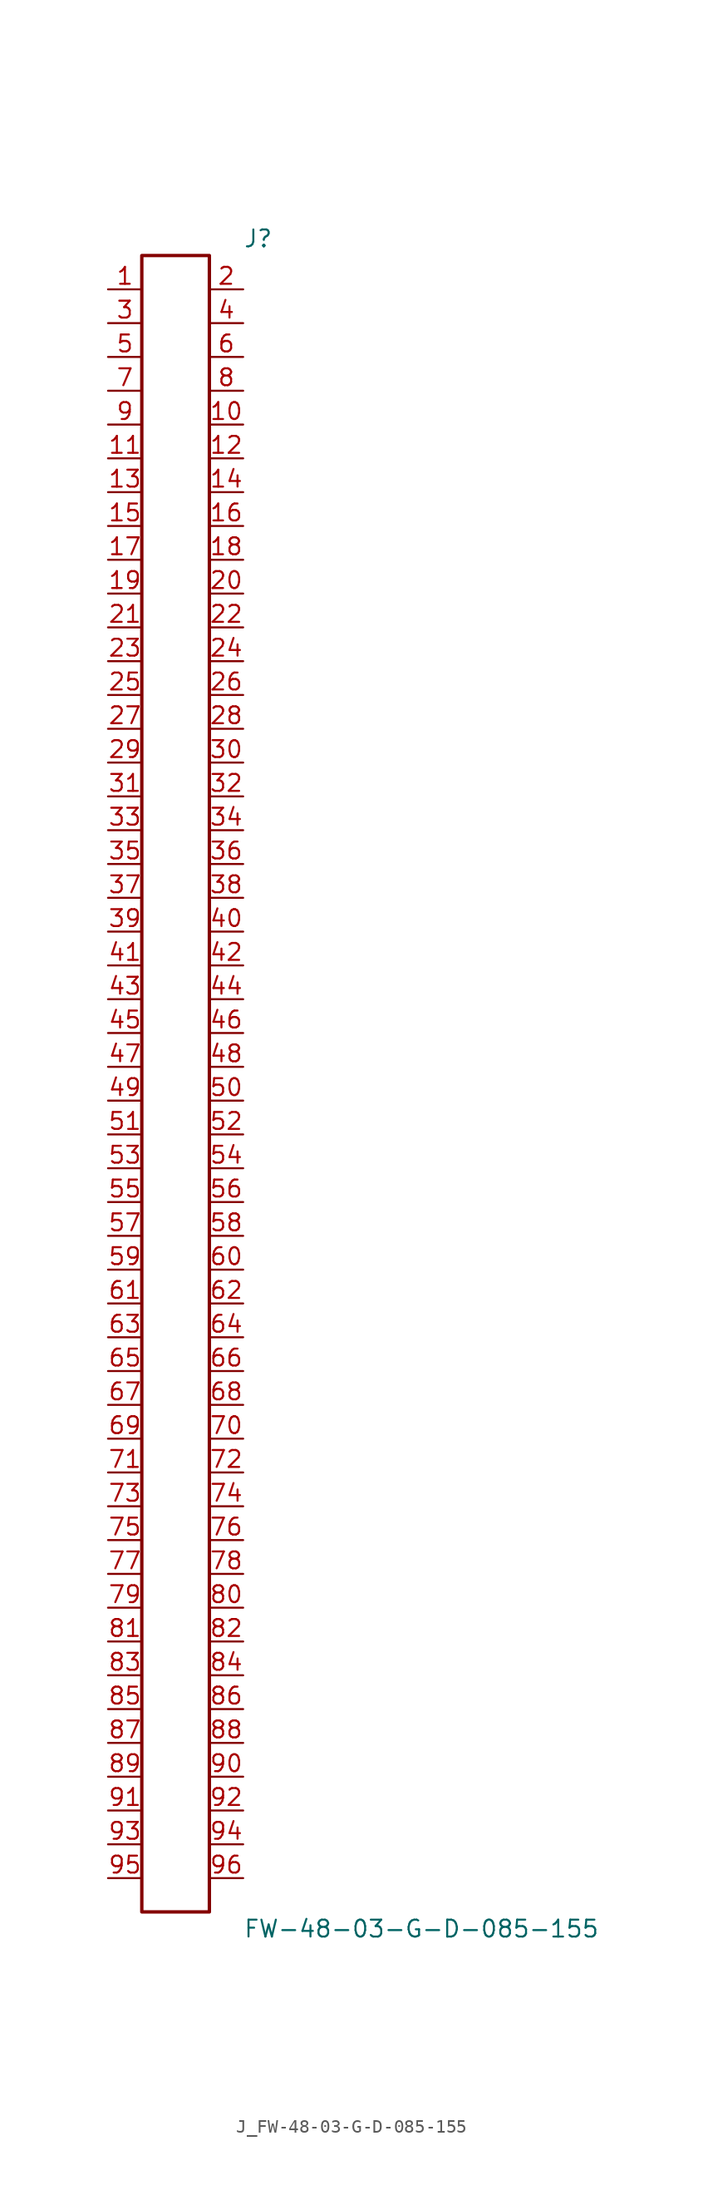
<source format=kicad_sym>
(kicad_symbol_lib
  (version 20231120)
  (generator kicad_symbol_editor)
  (generator_version 8.0)
  (symbol "J_FW-48-03-G-D-085-155"
    (pin_names
      (offset 0.254))
    (property "Reference" "J"
      (at 5.08 63.5 0)
      (effects (font (size 1.27 1.27)) (justify left)))
    (property "Value" "FW-48-03-G-D-085-155"
      (at 5.08 -63.5 0)
      (effects (font (size 1.27 1.27)) (justify left)))
    (symbol "J_FW-48-03-G-D-085-155_0_0"
      (pin unspecified line (at -5.08 59.69 0) (length 2.54) (name "" (effects (font (size 1.27 1.27)))) (number "1" (effects (font (size 1.27 1.27)))))
      (pin unspecified line (at 5.08 59.69 180) (length 2.54) (name "" (effects (font (size 1.27 1.27)))) (number "2" (effects (font (size 1.27 1.27)))))
      (pin unspecified line (at -5.08 57.15 0) (length 2.54) (name "" (effects (font (size 1.27 1.27)))) (number "3" (effects (font (size 1.27 1.27)))))
      (pin unspecified line (at 5.08 57.15 180) (length 2.54) (name "" (effects (font (size 1.27 1.27)))) (number "4" (effects (font (size 1.27 1.27)))))
      (pin unspecified line (at -5.08 54.61 0) (length 2.54) (name "" (effects (font (size 1.27 1.27)))) (number "5" (effects (font (size 1.27 1.27)))))
      (pin unspecified line (at 5.08 54.61 180) (length 2.54) (name "" (effects (font (size 1.27 1.27)))) (number "6" (effects (font (size 1.27 1.27)))))
      (pin unspecified line (at -5.08 52.07 0) (length 2.54) (name "" (effects (font (size 1.27 1.27)))) (number "7" (effects (font (size 1.27 1.27)))))
      (pin unspecified line (at 5.08 52.07 180) (length 2.54) (name "" (effects (font (size 1.27 1.27)))) (number "8" (effects (font (size 1.27 1.27)))))
      (pin unspecified line (at -5.08 49.53 0) (length 2.54) (name "" (effects (font (size 1.27 1.27)))) (number "9" (effects (font (size 1.27 1.27)))))
      (pin unspecified line (at 5.08 49.53 180) (length 2.54) (name "" (effects (font (size 1.27 1.27)))) (number "10" (effects (font (size 1.27 1.27)))))
      (pin unspecified line (at -5.08 46.99 0) (length 2.54) (name "" (effects (font (size 1.27 1.27)))) (number "11" (effects (font (size 1.27 1.27)))))
      (pin unspecified line (at 5.08 46.99 180) (length 2.54) (name "" (effects (font (size 1.27 1.27)))) (number "12" (effects (font (size 1.27 1.27)))))
      (pin unspecified line (at -5.08 44.45 0) (length 2.54) (name "" (effects (font (size 1.27 1.27)))) (number "13" (effects (font (size 1.27 1.27)))))
      (pin unspecified line (at 5.08 44.45 180) (length 2.54) (name "" (effects (font (size 1.27 1.27)))) (number "14" (effects (font (size 1.27 1.27)))))
      (pin unspecified line (at -5.08 41.91 0) (length 2.54) (name "" (effects (font (size 1.27 1.27)))) (number "15" (effects (font (size 1.27 1.27)))))
      (pin unspecified line (at 5.08 41.91 180) (length 2.54) (name "" (effects (font (size 1.27 1.27)))) (number "16" (effects (font (size 1.27 1.27)))))
      (pin unspecified line (at -5.08 39.37 0) (length 2.54) (name "" (effects (font (size 1.27 1.27)))) (number "17" (effects (font (size 1.27 1.27)))))
      (pin unspecified line (at 5.08 39.37 180) (length 2.54) (name "" (effects (font (size 1.27 1.27)))) (number "18" (effects (font (size 1.27 1.27)))))
      (pin unspecified line (at -5.08 36.83 0) (length 2.54) (name "" (effects (font (size 1.27 1.27)))) (number "19" (effects (font (size 1.27 1.27)))))
      (pin unspecified line (at 5.08 36.83 180) (length 2.54) (name "" (effects (font (size 1.27 1.27)))) (number "20" (effects (font (size 1.27 1.27)))))
      (pin unspecified line (at -5.08 34.29 0) (length 2.54) (name "" (effects (font (size 1.27 1.27)))) (number "21" (effects (font (size 1.27 1.27)))))
      (pin unspecified line (at 5.08 34.29 180) (length 2.54) (name "" (effects (font (size 1.27 1.27)))) (number "22" (effects (font (size 1.27 1.27)))))
      (pin unspecified line (at -5.08 31.75 0) (length 2.54) (name "" (effects (font (size 1.27 1.27)))) (number "23" (effects (font (size 1.27 1.27)))))
      (pin unspecified line (at 5.08 31.75 180) (length 2.54) (name "" (effects (font (size 1.27 1.27)))) (number "24" (effects (font (size 1.27 1.27)))))
      (pin unspecified line (at -5.08 29.21 0) (length 2.54) (name "" (effects (font (size 1.27 1.27)))) (number "25" (effects (font (size 1.27 1.27)))))
      (pin unspecified line (at 5.08 29.21 180) (length 2.54) (name "" (effects (font (size 1.27 1.27)))) (number "26" (effects (font (size 1.27 1.27)))))
      (pin unspecified line (at -5.08 26.67 0) (length 2.54) (name "" (effects (font (size 1.27 1.27)))) (number "27" (effects (font (size 1.27 1.27)))))
      (pin unspecified line (at 5.08 26.67 180) (length 2.54) (name "" (effects (font (size 1.27 1.27)))) (number "28" (effects (font (size 1.27 1.27)))))
      (pin unspecified line (at -5.08 24.13 0) (length 2.54) (name "" (effects (font (size 1.27 1.27)))) (number "29" (effects (font (size 1.27 1.27)))))
      (pin unspecified line (at 5.08 24.13 180) (length 2.54) (name "" (effects (font (size 1.27 1.27)))) (number "30" (effects (font (size 1.27 1.27)))))
      (pin unspecified line (at -5.08 21.59 0) (length 2.54) (name "" (effects (font (size 1.27 1.27)))) (number "31" (effects (font (size 1.27 1.27)))))
      (pin unspecified line (at 5.08 21.59 180) (length 2.54) (name "" (effects (font (size 1.27 1.27)))) (number "32" (effects (font (size 1.27 1.27)))))
      (pin unspecified line (at -5.08 19.05 0) (length 2.54) (name "" (effects (font (size 1.27 1.27)))) (number "33" (effects (font (size 1.27 1.27)))))
      (pin unspecified line (at 5.08 19.05 180) (length 2.54) (name "" (effects (font (size 1.27 1.27)))) (number "34" (effects (font (size 1.27 1.27)))))
      (pin unspecified line (at -5.08 16.51 0) (length 2.54) (name "" (effects (font (size 1.27 1.27)))) (number "35" (effects (font (size 1.27 1.27)))))
      (pin unspecified line (at 5.08 16.51 180) (length 2.54) (name "" (effects (font (size 1.27 1.27)))) (number "36" (effects (font (size 1.27 1.27)))))
      (pin unspecified line (at -5.08 13.97 0) (length 2.54) (name "" (effects (font (size 1.27 1.27)))) (number "37" (effects (font (size 1.27 1.27)))))
      (pin unspecified line (at 5.08 13.97 180) (length 2.54) (name "" (effects (font (size 1.27 1.27)))) (number "38" (effects (font (size 1.27 1.27)))))
      (pin unspecified line (at -5.08 11.43 0) (length 2.54) (name "" (effects (font (size 1.27 1.27)))) (number "39" (effects (font (size 1.27 1.27)))))
      (pin unspecified line (at 5.08 11.43 180) (length 2.54) (name "" (effects (font (size 1.27 1.27)))) (number "40" (effects (font (size 1.27 1.27)))))
      (pin unspecified line (at -5.08 8.89 0) (length 2.54) (name "" (effects (font (size 1.27 1.27)))) (number "41" (effects (font (size 1.27 1.27)))))
      (pin unspecified line (at 5.08 8.89 180) (length 2.54) (name "" (effects (font (size 1.27 1.27)))) (number "42" (effects (font (size 1.27 1.27)))))
      (pin unspecified line (at -5.08 6.35 0) (length 2.54) (name "" (effects (font (size 1.27 1.27)))) (number "43" (effects (font (size 1.27 1.27)))))
      (pin unspecified line (at 5.08 6.35 180) (length 2.54) (name "" (effects (font (size 1.27 1.27)))) (number "44" (effects (font (size 1.27 1.27)))))
      (pin unspecified line (at -5.08 3.81 0) (length 2.54) (name "" (effects (font (size 1.27 1.27)))) (number "45" (effects (font (size 1.27 1.27)))))
      (pin unspecified line (at 5.08 3.81 180) (length 2.54) (name "" (effects (font (size 1.27 1.27)))) (number "46" (effects (font (size 1.27 1.27)))))
      (pin unspecified line (at -5.08 1.27 0) (length 2.54) (name "" (effects (font (size 1.27 1.27)))) (number "47" (effects (font (size 1.27 1.27)))))
      (pin unspecified line (at 5.08 1.27 180) (length 2.54) (name "" (effects (font (size 1.27 1.27)))) (number "48" (effects (font (size 1.27 1.27)))))
      (pin unspecified line (at -5.08 -1.27 0) (length 2.54) (name "" (effects (font (size 1.27 1.27)))) (number "49" (effects (font (size 1.27 1.27)))))
      (pin unspecified line (at 5.08 -1.27 180) (length 2.54) (name "" (effects (font (size 1.27 1.27)))) (number "50" (effects (font (size 1.27 1.27)))))
      (pin unspecified line (at -5.08 -3.81 0) (length 2.54) (name "" (effects (font (size 1.27 1.27)))) (number "51" (effects (font (size 1.27 1.27)))))
      (pin unspecified line (at 5.08 -3.81 180) (length 2.54) (name "" (effects (font (size 1.27 1.27)))) (number "52" (effects (font (size 1.27 1.27)))))
      (pin unspecified line (at -5.08 -6.35 0) (length 2.54) (name "" (effects (font (size 1.27 1.27)))) (number "53" (effects (font (size 1.27 1.27)))))
      (pin unspecified line (at 5.08 -6.35 180) (length 2.54) (name "" (effects (font (size 1.27 1.27)))) (number "54" (effects (font (size 1.27 1.27)))))
      (pin unspecified line (at -5.08 -8.89 0) (length 2.54) (name "" (effects (font (size 1.27 1.27)))) (number "55" (effects (font (size 1.27 1.27)))))
      (pin unspecified line (at 5.08 -8.89 180) (length 2.54) (name "" (effects (font (size 1.27 1.27)))) (number "56" (effects (font (size 1.27 1.27)))))
      (pin unspecified line (at -5.08 -11.43 0) (length 2.54) (name "" (effects (font (size 1.27 1.27)))) (number "57" (effects (font (size 1.27 1.27)))))
      (pin unspecified line (at 5.08 -11.43 180) (length 2.54) (name "" (effects (font (size 1.27 1.27)))) (number "58" (effects (font (size 1.27 1.27)))))
      (pin unspecified line (at -5.08 -13.97 0) (length 2.54) (name "" (effects (font (size 1.27 1.27)))) (number "59" (effects (font (size 1.27 1.27)))))
      (pin unspecified line (at 5.08 -13.97 180) (length 2.54) (name "" (effects (font (size 1.27 1.27)))) (number "60" (effects (font (size 1.27 1.27)))))
      (pin unspecified line (at -5.08 -16.51 0) (length 2.54) (name "" (effects (font (size 1.27 1.27)))) (number "61" (effects (font (size 1.27 1.27)))))
      (pin unspecified line (at 5.08 -16.51 180) (length 2.54) (name "" (effects (font (size 1.27 1.27)))) (number "62" (effects (font (size 1.27 1.27)))))
      (pin unspecified line (at -5.08 -19.05 0) (length 2.54) (name "" (effects (font (size 1.27 1.27)))) (number "63" (effects (font (size 1.27 1.27)))))
      (pin unspecified line (at 5.08 -19.05 180) (length 2.54) (name "" (effects (font (size 1.27 1.27)))) (number "64" (effects (font (size 1.27 1.27)))))
      (pin unspecified line (at -5.08 -21.59 0) (length 2.54) (name "" (effects (font (size 1.27 1.27)))) (number "65" (effects (font (size 1.27 1.27)))))
      (pin unspecified line (at 5.08 -21.59 180) (length 2.54) (name "" (effects (font (size 1.27 1.27)))) (number "66" (effects (font (size 1.27 1.27)))))
      (pin unspecified line (at -5.08 -24.13 0) (length 2.54) (name "" (effects (font (size 1.27 1.27)))) (number "67" (effects (font (size 1.27 1.27)))))
      (pin unspecified line (at 5.08 -24.13 180) (length 2.54) (name "" (effects (font (size 1.27 1.27)))) (number "68" (effects (font (size 1.27 1.27)))))
      (pin unspecified line (at -5.08 -26.67 0) (length 2.54) (name "" (effects (font (size 1.27 1.27)))) (number "69" (effects (font (size 1.27 1.27)))))
      (pin unspecified line (at 5.08 -26.67 180) (length 2.54) (name "" (effects (font (size 1.27 1.27)))) (number "70" (effects (font (size 1.27 1.27)))))
      (pin unspecified line (at -5.08 -29.21 0) (length 2.54) (name "" (effects (font (size 1.27 1.27)))) (number "71" (effects (font (size 1.27 1.27)))))
      (pin unspecified line (at 5.08 -29.21 180) (length 2.54) (name "" (effects (font (size 1.27 1.27)))) (number "72" (effects (font (size 1.27 1.27)))))
      (pin unspecified line (at -5.08 -31.75 0) (length 2.54) (name "" (effects (font (size 1.27 1.27)))) (number "73" (effects (font (size 1.27 1.27)))))
      (pin unspecified line (at 5.08 -31.75 180) (length 2.54) (name "" (effects (font (size 1.27 1.27)))) (number "74" (effects (font (size 1.27 1.27)))))
      (pin unspecified line (at -5.08 -34.29 0) (length 2.54) (name "" (effects (font (size 1.27 1.27)))) (number "75" (effects (font (size 1.27 1.27)))))
      (pin unspecified line (at 5.08 -34.29 180) (length 2.54) (name "" (effects (font (size 1.27 1.27)))) (number "76" (effects (font (size 1.27 1.27)))))
      (pin unspecified line (at -5.08 -36.83 0) (length 2.54) (name "" (effects (font (size 1.27 1.27)))) (number "77" (effects (font (size 1.27 1.27)))))
      (pin unspecified line (at 5.08 -36.83 180) (length 2.54) (name "" (effects (font (size 1.27 1.27)))) (number "78" (effects (font (size 1.27 1.27)))))
      (pin unspecified line (at -5.08 -39.37 0) (length 2.54) (name "" (effects (font (size 1.27 1.27)))) (number "79" (effects (font (size 1.27 1.27)))))
      (pin unspecified line (at 5.08 -39.37 180) (length 2.54) (name "" (effects (font (size 1.27 1.27)))) (number "80" (effects (font (size 1.27 1.27)))))
      (pin unspecified line (at -5.08 -41.91 0) (length 2.54) (name "" (effects (font (size 1.27 1.27)))) (number "81" (effects (font (size 1.27 1.27)))))
      (pin unspecified line (at 5.08 -41.91 180) (length 2.54) (name "" (effects (font (size 1.27 1.27)))) (number "82" (effects (font (size 1.27 1.27)))))
      (pin unspecified line (at -5.08 -44.45 0) (length 2.54) (name "" (effects (font (size 1.27 1.27)))) (number "83" (effects (font (size 1.27 1.27)))))
      (pin unspecified line (at 5.08 -44.45 180) (length 2.54) (name "" (effects (font (size 1.27 1.27)))) (number "84" (effects (font (size 1.27 1.27)))))
      (pin unspecified line (at -5.08 -46.99 0) (length 2.54) (name "" (effects (font (size 1.27 1.27)))) (number "85" (effects (font (size 1.27 1.27)))))
      (pin unspecified line (at 5.08 -46.99 180) (length 2.54) (name "" (effects (font (size 1.27 1.27)))) (number "86" (effects (font (size 1.27 1.27)))))
      (pin unspecified line (at -5.08 -49.53 0) (length 2.54) (name "" (effects (font (size 1.27 1.27)))) (number "87" (effects (font (size 1.27 1.27)))))
      (pin unspecified line (at 5.08 -49.53 180) (length 2.54) (name "" (effects (font (size 1.27 1.27)))) (number "88" (effects (font (size 1.27 1.27)))))
      (pin unspecified line (at -5.08 -52.07 0) (length 2.54) (name "" (effects (font (size 1.27 1.27)))) (number "89" (effects (font (size 1.27 1.27)))))
      (pin unspecified line (at 5.08 -52.07 180) (length 2.54) (name "" (effects (font (size 1.27 1.27)))) (number "90" (effects (font (size 1.27 1.27)))))
      (pin unspecified line (at -5.08 -54.61 0) (length 2.54) (name "" (effects (font (size 1.27 1.27)))) (number "91" (effects (font (size 1.27 1.27)))))
      (pin unspecified line (at 5.08 -54.61 180) (length 2.54) (name "" (effects (font (size 1.27 1.27)))) (number "92" (effects (font (size 1.27 1.27)))))
      (pin unspecified line (at -5.08 -57.15 0) (length 2.54) (name "" (effects (font (size 1.27 1.27)))) (number "93" (effects (font (size 1.27 1.27)))))
      (pin unspecified line (at 5.08 -57.15 180) (length 2.54) (name "" (effects (font (size 1.27 1.27)))) (number "94" (effects (font (size 1.27 1.27)))))
      (pin unspecified line (at -5.08 -59.69 0) (length 2.54) (name "" (effects (font (size 1.27 1.27)))) (number "95" (effects (font (size 1.27 1.27)))))
      (pin unspecified line (at 5.08 -59.69 180) (length 2.54) (name "" (effects (font (size 1.27 1.27)))) (number "96" (effects (font (size 1.27 1.27))))))
    (symbol "J_FW-48-03-G-D-085-155_1_0"
      (rectangle (start -2.54 62.23) (end 2.54 -62.23) (stroke (width 0.254) (type solid)) (fill (type none))))))
</source>
